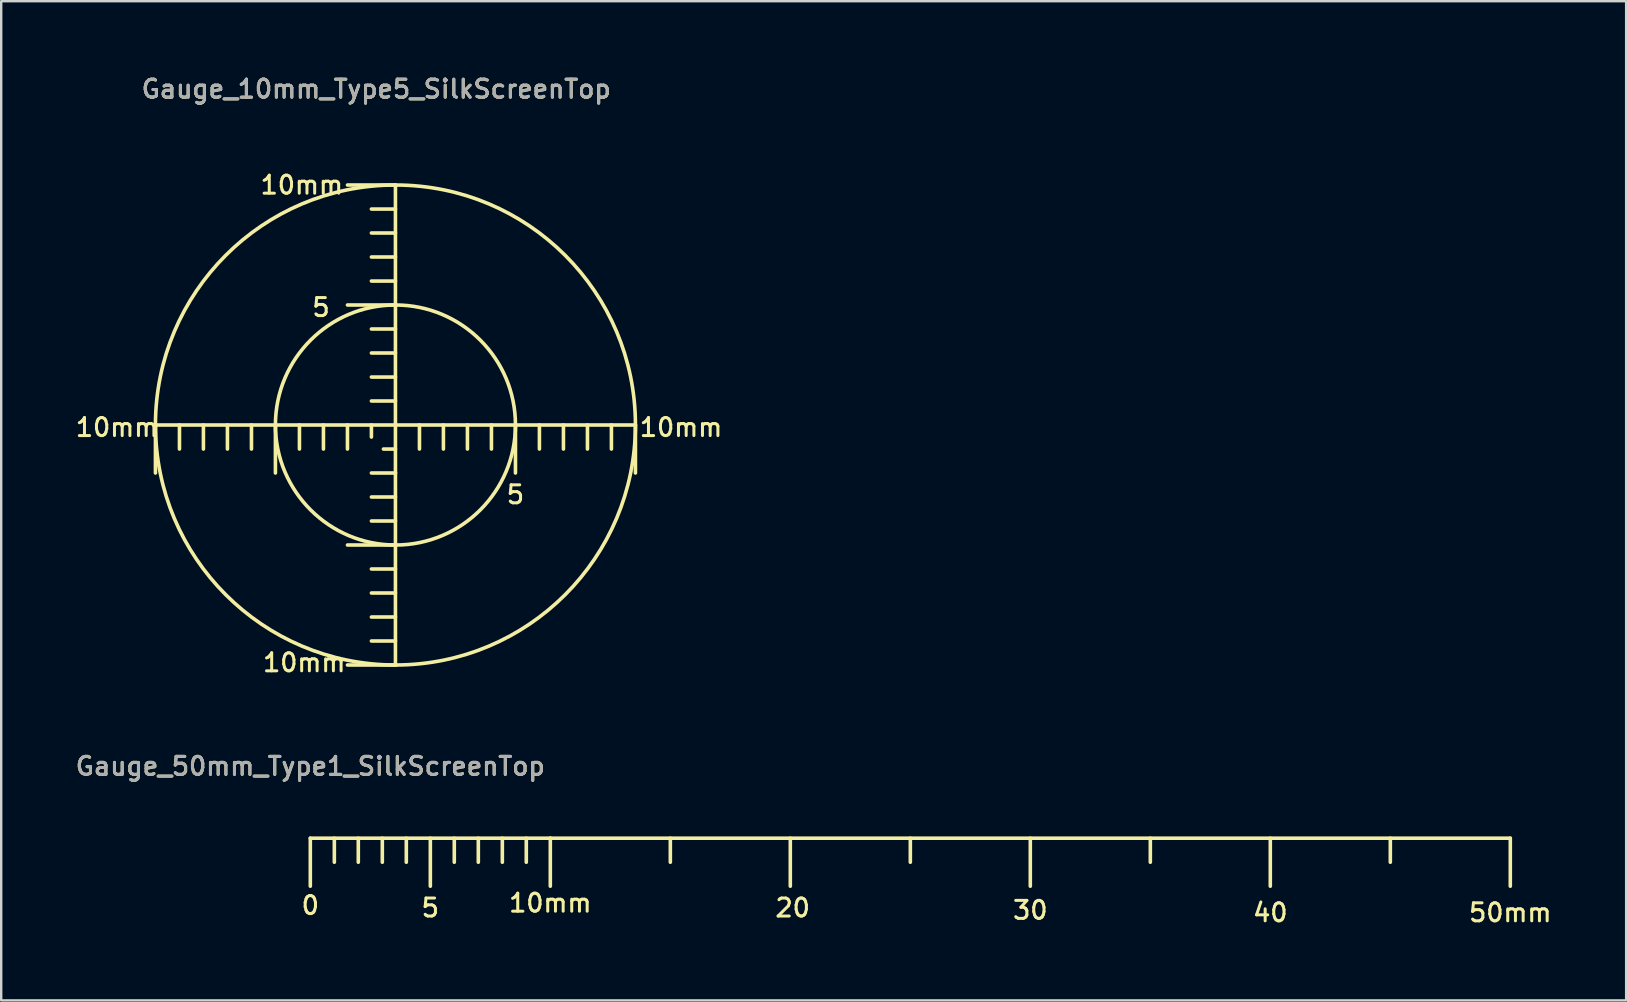
<source format=kicad_pcb>
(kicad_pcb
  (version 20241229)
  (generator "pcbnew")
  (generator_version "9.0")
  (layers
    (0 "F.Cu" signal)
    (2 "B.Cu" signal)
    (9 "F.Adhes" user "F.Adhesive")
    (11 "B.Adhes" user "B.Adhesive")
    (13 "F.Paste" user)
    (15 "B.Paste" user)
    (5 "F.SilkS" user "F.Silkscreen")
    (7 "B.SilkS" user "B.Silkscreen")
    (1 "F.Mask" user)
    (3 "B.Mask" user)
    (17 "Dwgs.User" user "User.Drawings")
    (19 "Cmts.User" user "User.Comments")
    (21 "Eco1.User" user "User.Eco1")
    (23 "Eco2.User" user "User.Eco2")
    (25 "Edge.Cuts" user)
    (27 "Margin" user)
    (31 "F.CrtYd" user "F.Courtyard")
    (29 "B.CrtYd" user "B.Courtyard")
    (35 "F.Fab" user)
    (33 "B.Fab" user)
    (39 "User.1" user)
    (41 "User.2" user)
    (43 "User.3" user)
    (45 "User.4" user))
  (footprint "Gauge_10mm_Type5_SilkScreenTop"
    (layer "F.Cu")
    (at 13.427 14.659)
    (property "Reference" "Gauge_10mm_Type5_SilkScreenTop" (at -0.8 -14 0) (layer "F.SilkS") (effects (font (size 0.75 0.75) (thickness 0.125))))
    (attr exclude_from_pos_files exclude_from_bom)
    (fp_line (start -10 0) (end -10 1.999) (stroke (width 0.15) (type solid)) (layer "F.SilkS"))
    (fp_line (start -8.999 0) (end -8.999 1.001) (stroke (width 0.15) (type solid)) (layer "F.SilkS"))
    (fp_line (start -8.001 0) (end -8.001 1.001) (stroke (width 0.15) (type solid)) (layer "F.SilkS"))
    (fp_line (start -7 0) (end -7 1.001) (stroke (width 0.15) (type solid)) (layer "F.SilkS"))
    (fp_line (start -5.999 0) (end -5.999 1.001) (stroke (width 0.15) (type solid)) (layer "F.SilkS"))
    (fp_line (start -5.001 0) (end -5.001 1.999) (stroke (width 0.15) (type solid)) (layer "F.SilkS"))
    (fp_line (start -4 0) (end -4 1.001) (stroke (width 0.15) (type solid)) (layer "F.SilkS"))
    (fp_line (start -3 0) (end -3 1.001) (stroke (width 0.15) (type solid)) (layer "F.SilkS"))
    (fp_line (start -1.999 0) (end -1.999 1.001) (stroke (width 0.15) (type solid)) (layer "F.SilkS"))
    (fp_line (start -1.001 0) (end -1.001 0.5) (stroke (width 0.15) (type solid)) (layer "F.SilkS"))
    (fp_line (start 0 -10) (end -1.999 -10) (stroke (width 0.15) (type solid)) (layer "F.SilkS"))
    (fp_line (start 0 -8.999) (end -1.001 -8.999) (stroke (width 0.15) (type solid)) (layer "F.SilkS"))
    (fp_line (start 0 -8.001) (end -1.001 -8.001) (stroke (width 0.15) (type solid)) (layer "F.SilkS"))
    (fp_line (start 0 -7) (end -1.001 -7) (stroke (width 0.15) (type solid)) (layer "F.SilkS"))
    (fp_line (start 0 -5.999) (end -1.001 -5.999) (stroke (width 0.15) (type solid)) (layer "F.SilkS"))
    (fp_line (start 0 -5.001) (end -1.999 -5.001) (stroke (width 0.15) (type solid)) (layer "F.SilkS"))
    (fp_line (start 0 -4) (end -1.001 -4) (stroke (width 0.15) (type solid)) (layer "F.SilkS"))
    (fp_line (start 0 -3) (end -1.001 -3) (stroke (width 0.15) (type solid)) (layer "F.SilkS"))
    (fp_line (start 0 -1.999) (end -1.001 -1.999) (stroke (width 0.15) (type solid)) (layer "F.SilkS"))
    (fp_line (start 0 -1.001) (end -1.001 -1.001) (stroke (width 0.15) (type solid)) (layer "F.SilkS"))
    (fp_line (start 0 0) (end -10 0) (stroke (width 0.15) (type solid)) (layer "F.SilkS"))
    (fp_line (start 0 0) (end 0 -10) (stroke (width 0.15) (type solid)) (layer "F.SilkS"))
    (fp_line (start 0 0) (end 0 1.999) (stroke (width 0.15) (type solid)) (layer "F.SilkS"))
    (fp_line (start 0 0) (end 10 0) (stroke (width 0.15) (type solid)) (layer "F.SilkS"))
    (fp_line (start 0 1.001) (end -0.5 1.001) (stroke (width 0.15) (type solid)) (layer "F.SilkS"))
    (fp_line (start 0 1.999) (end -1.001 1.999) (stroke (width 0.15) (type solid)) (layer "F.SilkS"))
    (fp_line (start 0 1.999) (end 0 10) (stroke (width 0.15) (type solid)) (layer "F.SilkS"))
    (fp_line (start 0 3) (end -1.001 3) (stroke (width 0.15) (type solid)) (layer "F.SilkS"))
    (fp_line (start 0 4) (end -1.001 4) (stroke (width 0.15) (type solid)) (layer "F.SilkS"))
    (fp_line (start 0 5.001) (end -1.999 5.001) (stroke (width 0.15) (type solid)) (layer "F.SilkS"))
    (fp_line (start 0 5.999) (end -1.001 5.999) (stroke (width 0.15) (type solid)) (layer "F.SilkS"))
    (fp_line (start 0 7) (end -1.001 7) (stroke (width 0.15) (type solid)) (layer "F.SilkS"))
    (fp_line (start 0 8.001) (end -1.001 8.001) (stroke (width 0.15) (type solid)) (layer "F.SilkS"))
    (fp_line (start 0 8.999) (end -1.001 8.999) (stroke (width 0.15) (type solid)) (layer "F.SilkS"))
    (fp_line (start 0 10) (end -1.999 10) (stroke (width 0.15) (type solid)) (layer "F.SilkS"))
    (fp_line (start 1.001 0) (end 1.001 1.001) (stroke (width 0.15) (type solid)) (layer "F.SilkS"))
    (fp_line (start 1.999 0) (end 1.999 1.001) (stroke (width 0.15) (type solid)) (layer "F.SilkS"))
    (fp_line (start 3 0) (end 3 1.001) (stroke (width 0.15) (type solid)) (layer "F.SilkS"))
    (fp_line (start 4 0) (end 4 1.001) (stroke (width 0.15) (type solid)) (layer "F.SilkS"))
    (fp_line (start 5.001 0) (end 5.001 1.999) (stroke (width 0.15) (type solid)) (layer "F.SilkS"))
    (fp_line (start 5.999 0) (end 5.999 1.001) (stroke (width 0.15) (type solid)) (layer "F.SilkS"))
    (fp_line (start 7 0) (end 7 1.001) (stroke (width 0.15) (type solid)) (layer "F.SilkS"))
    (fp_line (start 8.001 0) (end 8.001 1.001) (stroke (width 0.15) (type solid)) (layer "F.SilkS"))
    (fp_line (start 8.999 0) (end 8.999 1.001) (stroke (width 0.15) (type solid)) (layer "F.SilkS"))
    (fp_line (start 10 0) (end 10 1.999) (stroke (width 0.15) (type solid)) (layer "F.SilkS"))
    (fp_circle (center 0 0) (end 5.001 0) (stroke (width 0.15) (type solid)) (fill no) (layer "F.SilkS"))
    (fp_circle (center 0 0) (end 10 0) (stroke (width 0.15) (type solid)) (fill no) (layer "F.SilkS"))
    (fp_text user "5" (at 4.999 2.901 0) (layer "F.SilkS") (effects (font (size 0.75 0.75) (thickness 0.125))))
    (fp_text user "10mm" (at -3.8 9.901 0) (layer "F.SilkS") (effects (font (size 0.75 0.75) (thickness 0.125))))
    (fp_text user "10mm" (at -11.6 0.099 0) (layer "F.SilkS") (effects (font (size 0.75 0.75) (thickness 0.125))))
    (fp_text user "10mm" (at -3.901 -10 0) (layer "F.SilkS") (effects (font (size 0.75 0.75) (thickness 0.125))))
    (fp_text user "5" (at -3.101 -4.9 0) (layer "F.SilkS") (effects (font (size 0.75 0.75) (thickness 0.125))))
    (fp_text user "10mm" (at 11.9 0.099 0) (layer "F.SilkS") (effects (font (size 0.75 0.75) (thickness 0.125))))
    (fp_text user "${REFERENCE}" (at -0.8 -14 0) (layer "F.Fab") (effects (font (size 0.75 0.75) (thickness 0.125)))))
  (footprint "Gauge_50mm_Type1_SilkScreenTop"
    (layer "F.Cu")
    (at 9.88 31.876)
    (property "Reference" "Gauge_50mm_Type1_SilkScreenTop" (at 0 -3 0) (layer "F.SilkS") (effects (font (size 0.75 0.75) (thickness 0.125))))
    (attr exclude_from_pos_files exclude_from_bom)
    (fp_line (start 0 0) (end 0 1.999) (stroke (width 0.15) (type solid)) (layer "F.SilkS"))
    (fp_line (start 0 0) (end 10 0) (stroke (width 0.15) (type solid)) (layer "F.SilkS"))
    (fp_line (start 1.001 0) (end 1.001 1.001) (stroke (width 0.15) (type solid)) (layer "F.SilkS"))
    (fp_line (start 1.999 0) (end 1.999 1.001) (stroke (width 0.15) (type solid)) (layer "F.SilkS"))
    (fp_line (start 3 0) (end 3 1.001) (stroke (width 0.15) (type solid)) (layer "F.SilkS"))
    (fp_line (start 4 0) (end 4 1.001) (stroke (width 0.15) (type solid)) (layer "F.SilkS"))
    (fp_line (start 5.001 0) (end 5.001 1.999) (stroke (width 0.15) (type solid)) (layer "F.SilkS"))
    (fp_line (start 5.999 0) (end 5.999 1.001) (stroke (width 0.15) (type solid)) (layer "F.SilkS"))
    (fp_line (start 7 0) (end 7 1.001) (stroke (width 0.15) (type solid)) (layer "F.SilkS"))
    (fp_line (start 8.001 0) (end 8.001 1.001) (stroke (width 0.15) (type solid)) (layer "F.SilkS"))
    (fp_line (start 8.999 0) (end 8.999 1.001) (stroke (width 0.15) (type solid)) (layer "F.SilkS"))
    (fp_line (start 10 0) (end 10 1.999) (stroke (width 0.15) (type solid)) (layer "F.SilkS"))
    (fp_line (start 10 0) (end 50 0) (stroke (width 0.15) (type solid)) (layer "F.SilkS"))
    (fp_line (start 15.001 0) (end 15.001 1.001) (stroke (width 0.15) (type solid)) (layer "F.SilkS"))
    (fp_line (start 20 0) (end 20 1.999) (stroke (width 0.15) (type solid)) (layer "F.SilkS"))
    (fp_line (start 25.001 0) (end 25.001 1.001) (stroke (width 0.15) (type solid)) (layer "F.SilkS"))
    (fp_line (start 30 0) (end 30 1.999) (stroke (width 0.15) (type solid)) (layer "F.SilkS"))
    (fp_line (start 35.001 0) (end 35.001 1.001) (stroke (width 0.15) (type solid)) (layer "F.SilkS"))
    (fp_line (start 40 0) (end 40 1.999) (stroke (width 0.15) (type solid)) (layer "F.SilkS"))
    (fp_line (start 45.001 0) (end 45.001 1.001) (stroke (width 0.15) (type solid)) (layer "F.SilkS"))
    (fp_line (start 50 0) (end 50 1.999) (stroke (width 0.15) (type solid)) (layer "F.SilkS"))
    (fp_text user "10mm" (at 10 2.7 0) (layer "F.SilkS") (effects (font (size 0.75 0.75) (thickness 0.125))))
    (fp_text user "50mm" (at 50 3.101 0) (layer "F.SilkS") (effects (font (size 0.75 0.75) (thickness 0.125))))
    (fp_text user "20" (at 20.099 2.901 0) (layer "F.SilkS") (effects (font (size 0.75 0.75) (thickness 0.125))))
    (fp_text user "30" (at 30 3 0) (layer "F.SilkS") (effects (font (size 0.75 0.75) (thickness 0.125))))
    (fp_text user "5" (at 4.999 2.901 0) (layer "F.SilkS") (effects (font (size 0.75 0.75) (thickness 0.125))))
    (fp_text user "40" (at 40 3.101 0) (layer "F.SilkS") (effects (font (size 0.75 0.75) (thickness 0.125))))
    (fp_text user "0" (at 0 2.799 0) (layer "F.SilkS") (effects (font (size 0.75 0.75) (thickness 0.125))))
    (fp_text user "${REFERENCE}" (at 0 -3 0) (layer "F.Fab") (effects (font (size 0.75 0.75) (thickness 0.125)))))
  (gr_rect
    (start -3 -3)
    (end 64.707 38.635)
    (stroke (width 0.1) (type default))
    (fill no)
    (layer "Edge.Cuts")))
</source>
